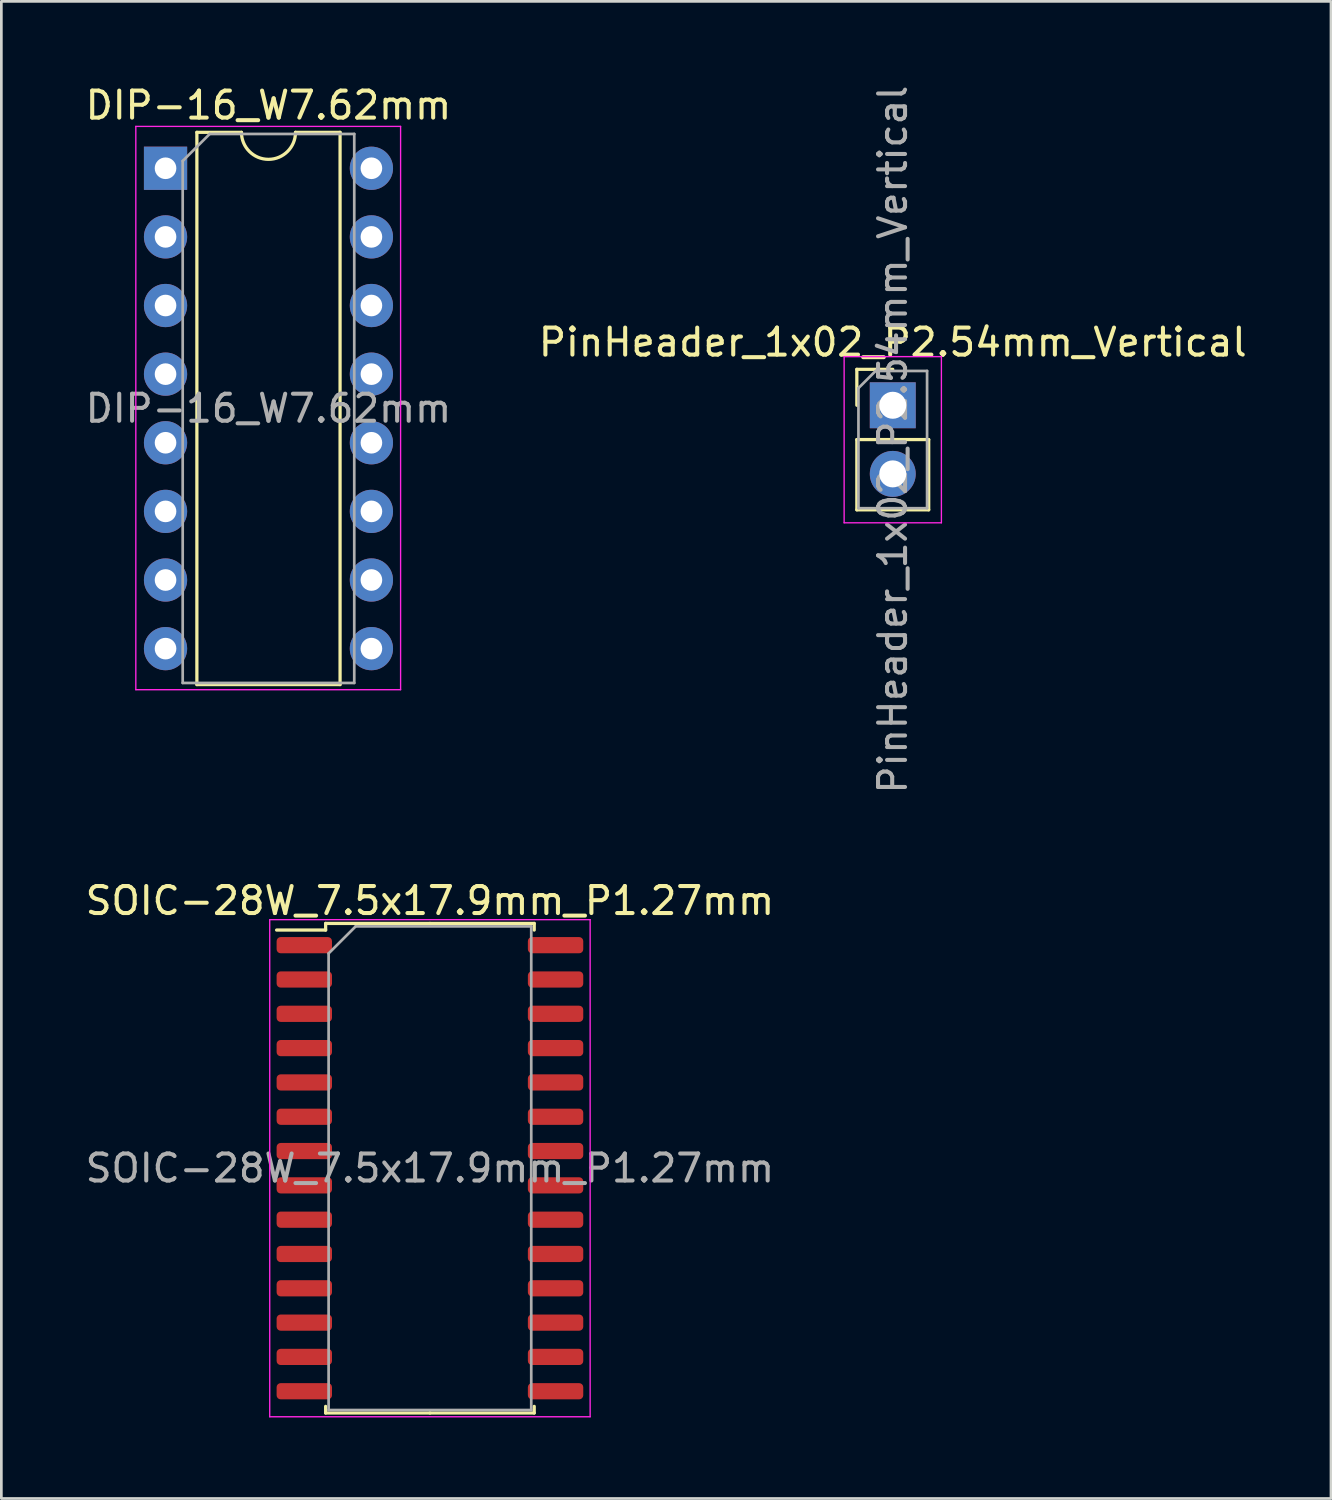
<source format=kicad_pcb>
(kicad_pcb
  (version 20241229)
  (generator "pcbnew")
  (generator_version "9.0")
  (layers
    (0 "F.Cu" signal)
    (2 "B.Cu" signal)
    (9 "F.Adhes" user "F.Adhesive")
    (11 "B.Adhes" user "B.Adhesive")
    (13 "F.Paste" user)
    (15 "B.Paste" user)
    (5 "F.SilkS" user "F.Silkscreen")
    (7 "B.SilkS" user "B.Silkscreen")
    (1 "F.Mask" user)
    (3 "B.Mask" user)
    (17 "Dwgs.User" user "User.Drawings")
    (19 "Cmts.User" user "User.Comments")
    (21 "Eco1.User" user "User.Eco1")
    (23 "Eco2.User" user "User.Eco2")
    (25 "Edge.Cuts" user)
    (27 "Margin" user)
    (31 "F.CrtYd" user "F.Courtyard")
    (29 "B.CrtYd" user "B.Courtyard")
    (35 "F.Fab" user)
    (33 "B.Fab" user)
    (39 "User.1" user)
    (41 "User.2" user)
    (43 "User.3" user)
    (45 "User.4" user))
  (footprint "SOIC-28W_7.5x17.9mm_P1.27mm"
    (layer "F.Cu")
    (at 12.863 40.189)
    (property "Reference" "SOIC-28W_7.5x17.9mm_P1.27mm" (at 0 -9.9 0) (layer "F.SilkS") (effects (font (size 1 1) (thickness 0.15))))
    (attr smd)
    (fp_line (start -3.86 -9.06) (end -3.86 -8.815) (stroke (width 0.12) (type solid)) (layer "F.SilkS"))
    (fp_line (start -3.86 -8.815) (end -5.675 -8.815) (stroke (width 0.12) (type solid)) (layer "F.SilkS"))
    (fp_line (start -3.86 9.06) (end -3.86 8.815) (stroke (width 0.12) (type solid)) (layer "F.SilkS"))
    (fp_line (start 0 -9.06) (end -3.86 -9.06) (stroke (width 0.12) (type solid)) (layer "F.SilkS"))
    (fp_line (start 0 -9.06) (end 3.86 -9.06) (stroke (width 0.12) (type solid)) (layer "F.SilkS"))
    (fp_line (start 0 9.06) (end -3.86 9.06) (stroke (width 0.12) (type solid)) (layer "F.SilkS"))
    (fp_line (start 0 9.06) (end 3.86 9.06) (stroke (width 0.12) (type solid)) (layer "F.SilkS"))
    (fp_line (start 3.86 -9.06) (end 3.86 -8.815) (stroke (width 0.12) (type solid)) (layer "F.SilkS"))
    (fp_line (start 3.86 9.06) (end 3.86 8.815) (stroke (width 0.12) (type solid)) (layer "F.SilkS"))
    (fp_line (start -5.93 -9.2) (end -5.93 9.2) (stroke (width 0.05) (type solid)) (layer "F.CrtYd"))
    (fp_line (start -5.93 9.2) (end 5.93 9.2) (stroke (width 0.05) (type solid)) (layer "F.CrtYd"))
    (fp_line (start 5.93 -9.2) (end -5.93 -9.2) (stroke (width 0.05) (type solid)) (layer "F.CrtYd"))
    (fp_line (start 5.93 9.2) (end 5.93 -9.2) (stroke (width 0.05) (type solid)) (layer "F.CrtYd"))
    (fp_line (start -3.75 -7.95) (end -2.75 -8.95) (stroke (width 0.1) (type solid)) (layer "F.Fab"))
    (fp_line (start -3.75 8.95) (end -3.75 -7.95) (stroke (width 0.1) (type solid)) (layer "F.Fab"))
    (fp_line (start -2.75 -8.95) (end 3.75 -8.95) (stroke (width 0.1) (type solid)) (layer "F.Fab"))
    (fp_line (start 3.75 -8.95) (end 3.75 8.95) (stroke (width 0.1) (type solid)) (layer "F.Fab"))
    (fp_line (start 3.75 8.95) (end -3.75 8.95) (stroke (width 0.1) (type solid)) (layer "F.Fab"))
    (fp_text user "${REFERENCE}" (at 0 0 0) (layer "F.Fab") (effects (font (size 1 1) (thickness 0.15))))
    (pad "1" smd roundrect (at -4.65 -8.255) (size 2.05 0.6) (layers "F.Cu" "F.Mask" "F.Paste") (roundrect_rratio 0.25))
    (pad "2" smd roundrect (at -4.65 -6.985) (size 2.05 0.6) (layers "F.Cu" "F.Mask" "F.Paste") (roundrect_rratio 0.25))
    (pad "3" smd roundrect (at -4.65 -5.715) (size 2.05 0.6) (layers "F.Cu" "F.Mask" "F.Paste") (roundrect_rratio 0.25))
    (pad "4" smd roundrect (at -4.65 -4.445) (size 2.05 0.6) (layers "F.Cu" "F.Mask" "F.Paste") (roundrect_rratio 0.25))
    (pad "5" smd roundrect (at -4.65 -3.175) (size 2.05 0.6) (layers "F.Cu" "F.Mask" "F.Paste") (roundrect_rratio 0.25))
    (pad "6" smd roundrect (at -4.65 -1.905) (size 2.05 0.6) (layers "F.Cu" "F.Mask" "F.Paste") (roundrect_rratio 0.25))
    (pad "7" smd roundrect (at -4.65 -0.635) (size 2.05 0.6) (layers "F.Cu" "F.Mask" "F.Paste") (roundrect_rratio 0.25))
    (pad "8" smd roundrect (at -4.65 0.635) (size 2.05 0.6) (layers "F.Cu" "F.Mask" "F.Paste") (roundrect_rratio 0.25))
    (pad "9" smd roundrect (at -4.65 1.905) (size 2.05 0.6) (layers "F.Cu" "F.Mask" "F.Paste") (roundrect_rratio 0.25))
    (pad "10" smd roundrect (at -4.65 3.175) (size 2.05 0.6) (layers "F.Cu" "F.Mask" "F.Paste") (roundrect_rratio 0.25))
    (pad "11" smd roundrect (at -4.65 4.445) (size 2.05 0.6) (layers "F.Cu" "F.Mask" "F.Paste") (roundrect_rratio 0.25))
    (pad "12" smd roundrect (at -4.65 5.715) (size 2.05 0.6) (layers "F.Cu" "F.Mask" "F.Paste") (roundrect_rratio 0.25))
    (pad "13" smd roundrect (at -4.65 6.985) (size 2.05 0.6) (layers "F.Cu" "F.Mask" "F.Paste") (roundrect_rratio 0.25))
    (pad "14" smd roundrect (at -4.65 8.255) (size 2.05 0.6) (layers "F.Cu" "F.Mask" "F.Paste") (roundrect_rratio 0.25))
    (pad "15" smd roundrect (at 4.65 8.255) (size 2.05 0.6) (layers "F.Cu" "F.Mask" "F.Paste") (roundrect_rratio 0.25))
    (pad "16" smd roundrect (at 4.65 6.985) (size 2.05 0.6) (layers "F.Cu" "F.Mask" "F.Paste") (roundrect_rratio 0.25))
    (pad "17" smd roundrect (at 4.65 5.715) (size 2.05 0.6) (layers "F.Cu" "F.Mask" "F.Paste") (roundrect_rratio 0.25))
    (pad "18" smd roundrect (at 4.65 4.445) (size 2.05 0.6) (layers "F.Cu" "F.Mask" "F.Paste") (roundrect_rratio 0.25))
    (pad "19" smd roundrect (at 4.65 3.175) (size 2.05 0.6) (layers "F.Cu" "F.Mask" "F.Paste") (roundrect_rratio 0.25))
    (pad "20" smd roundrect (at 4.65 1.905) (size 2.05 0.6) (layers "F.Cu" "F.Mask" "F.Paste") (roundrect_rratio 0.25))
    (pad "21" smd roundrect (at 4.65 0.635) (size 2.05 0.6) (layers "F.Cu" "F.Mask" "F.Paste") (roundrect_rratio 0.25))
    (pad "22" smd roundrect (at 4.65 -0.635) (size 2.05 0.6) (layers "F.Cu" "F.Mask" "F.Paste") (roundrect_rratio 0.25))
    (pad "23" smd roundrect (at 4.65 -1.905) (size 2.05 0.6) (layers "F.Cu" "F.Mask" "F.Paste") (roundrect_rratio 0.25))
    (pad "24" smd roundrect (at 4.65 -3.175) (size 2.05 0.6) (layers "F.Cu" "F.Mask" "F.Paste") (roundrect_rratio 0.25))
    (pad "25" smd roundrect (at 4.65 -4.445) (size 2.05 0.6) (layers "F.Cu" "F.Mask" "F.Paste") (roundrect_rratio 0.25))
    (pad "26" smd roundrect (at 4.65 -5.715) (size 2.05 0.6) (layers "F.Cu" "F.Mask" "F.Paste") (roundrect_rratio 0.25))
    (pad "27" smd roundrect (at 4.65 -6.985) (size 2.05 0.6) (layers "F.Cu" "F.Mask" "F.Paste") (roundrect_rratio 0.25))
    (pad "28" smd roundrect (at 4.65 -8.255) (size 2.05 0.6) (layers "F.Cu" "F.Mask" "F.Paste") (roundrect_rratio 0.25)))
  (footprint "PinHeader_1x02_P2.54mm_Vertical"
    (layer "F.Cu")
    (at 29.994 11.95)
    (property "Reference" "PinHeader_1x02_P2.54mm_Vertical" (at 0 -2.33 180) (layer "F.SilkS") (effects (font (size 1 1) (thickness 0.15))))
    (attr through_hole)
    (fp_line (start -1.33 -1.33) (end 0 -1.33) (stroke (width 0.12) (type solid)) (layer "F.SilkS"))
    (fp_line (start -1.33 0) (end -1.33 -1.33) (stroke (width 0.12) (type solid)) (layer "F.SilkS"))
    (fp_line (start -1.33 1.27) (end -1.33 3.87) (stroke (width 0.12) (type solid)) (layer "F.SilkS"))
    (fp_line (start -1.33 1.27) (end 1.33 1.27) (stroke (width 0.12) (type solid)) (layer "F.SilkS"))
    (fp_line (start -1.33 3.87) (end 1.33 3.87) (stroke (width 0.12) (type solid)) (layer "F.SilkS"))
    (fp_line (start 1.33 1.27) (end 1.33 3.87) (stroke (width 0.12) (type solid)) (layer "F.SilkS"))
    (fp_line (start -1.8 -1.8) (end -1.8 4.35) (stroke (width 0.05) (type solid)) (layer "F.CrtYd"))
    (fp_line (start -1.8 4.35) (end 1.8 4.35) (stroke (width 0.05) (type solid)) (layer "F.CrtYd"))
    (fp_line (start 1.8 -1.8) (end -1.8 -1.8) (stroke (width 0.05) (type solid)) (layer "F.CrtYd"))
    (fp_line (start 1.8 4.35) (end 1.8 -1.8) (stroke (width 0.05) (type solid)) (layer "F.CrtYd"))
    (fp_line (start -1.27 -0.635) (end -0.635 -1.27) (stroke (width 0.1) (type solid)) (layer "F.Fab"))
    (fp_line (start -1.27 3.81) (end -1.27 -0.635) (stroke (width 0.1) (type solid)) (layer "F.Fab"))
    (fp_line (start -0.635 -1.27) (end 1.27 -1.27) (stroke (width 0.1) (type solid)) (layer "F.Fab"))
    (fp_line (start 1.27 -1.27) (end 1.27 3.81) (stroke (width 0.1) (type solid)) (layer "F.Fab"))
    (fp_line (start 1.27 3.81) (end -1.27 3.81) (stroke (width 0.1) (type solid)) (layer "F.Fab"))
    (fp_text user "${REFERENCE}" (at 0 1.27 270) (layer "F.Fab") (effects (font (size 1 1) (thickness 0.15))))
    (pad "1" thru_hole rect (at 0 0) (size 1.7 1.7) (drill 1) (layers "*.Cu" "*.Mask"))
    (pad "2" thru_hole oval (at 0 2.54) (size 1.7 1.7) (drill 1) (layers "*.Cu" "*.Mask")))
  (footprint "DIP-16_W7.62mm"
    (layer "F.Cu")
    (at 3.077 3.178)
    (property "Reference" "DIP-16_W7.62mm" (at 3.81 -2.33 0) (layer "F.SilkS") (effects (font (size 1 1) (thickness 0.15))))
    (attr through_hole)
    (fp_line (start 1.16 -1.33) (end 1.16 19.11) (stroke (width 0.12) (type solid)) (layer "F.SilkS"))
    (fp_line (start 1.16 19.11) (end 6.46 19.11) (stroke (width 0.12) (type solid)) (layer "F.SilkS"))
    (fp_line (start 2.81 -1.33) (end 1.16 -1.33) (stroke (width 0.12) (type solid)) (layer "F.SilkS"))
    (fp_line (start 6.46 -1.33) (end 4.81 -1.33) (stroke (width 0.12) (type solid)) (layer "F.SilkS"))
    (fp_line (start 6.46 19.11) (end 6.46 -1.33) (stroke (width 0.12) (type solid)) (layer "F.SilkS"))
    (fp_arc (start 4.81 -1.33) (mid 3.81 -0.33) (end 2.81 -1.33) (stroke (width 0.12) (type solid)) (layer "F.SilkS"))
    (fp_line (start -1.1 -1.55) (end -1.1 19.3) (stroke (width 0.05) (type solid)) (layer "F.CrtYd"))
    (fp_line (start -1.1 19.3) (end 8.7 19.3) (stroke (width 0.05) (type solid)) (layer "F.CrtYd"))
    (fp_line (start 8.7 -1.55) (end -1.1 -1.55) (stroke (width 0.05) (type solid)) (layer "F.CrtYd"))
    (fp_line (start 8.7 19.3) (end 8.7 -1.55) (stroke (width 0.05) (type solid)) (layer "F.CrtYd"))
    (fp_line (start 0.635 -0.27) (end 1.635 -1.27) (stroke (width 0.1) (type solid)) (layer "F.Fab"))
    (fp_line (start 0.635 19.05) (end 0.635 -0.27) (stroke (width 0.1) (type solid)) (layer "F.Fab"))
    (fp_line (start 1.635 -1.27) (end 6.985 -1.27) (stroke (width 0.1) (type solid)) (layer "F.Fab"))
    (fp_line (start 6.985 -1.27) (end 6.985 19.05) (stroke (width 0.1) (type solid)) (layer "F.Fab"))
    (fp_line (start 6.985 19.05) (end 0.635 19.05) (stroke (width 0.1) (type solid)) (layer "F.Fab"))
    (fp_text user "${REFERENCE}" (at 3.81 8.89 0) (layer "F.Fab") (effects (font (size 1 1) (thickness 0.15))))
    (pad "1" thru_hole rect (at 0 0) (size 1.6 1.6) (drill 0.8) (layers "*.Cu" "*.Mask"))
    (pad "2" thru_hole oval (at 0 2.54) (size 1.6 1.6) (drill 0.8) (layers "*.Cu" "*.Mask"))
    (pad "3" thru_hole oval (at 0 5.08) (size 1.6 1.6) (drill 0.8) (layers "*.Cu" "*.Mask"))
    (pad "4" thru_hole oval (at 0 7.62) (size 1.6 1.6) (drill 0.8) (layers "*.Cu" "*.Mask"))
    (pad "5" thru_hole oval (at 0 10.16) (size 1.6 1.6) (drill 0.8) (layers "*.Cu" "*.Mask"))
    (pad "6" thru_hole oval (at 0 12.7) (size 1.6 1.6) (drill 0.8) (layers "*.Cu" "*.Mask"))
    (pad "7" thru_hole oval (at 0 15.24) (size 1.6 1.6) (drill 0.8) (layers "*.Cu" "*.Mask"))
    (pad "8" thru_hole oval (at 0 17.78) (size 1.6 1.6) (drill 0.8) (layers "*.Cu" "*.Mask"))
    (pad "9" thru_hole oval (at 7.62 17.78) (size 1.6 1.6) (drill 0.8) (layers "*.Cu" "*.Mask"))
    (pad "10" thru_hole oval (at 7.62 15.24) (size 1.6 1.6) (drill 0.8) (layers "*.Cu" "*.Mask"))
    (pad "11" thru_hole oval (at 7.62 12.7) (size 1.6 1.6) (drill 0.8) (layers "*.Cu" "*.Mask"))
    (pad "12" thru_hole oval (at 7.62 10.16) (size 1.6 1.6) (drill 0.8) (layers "*.Cu" "*.Mask"))
    (pad "13" thru_hole oval (at 7.62 7.62) (size 1.6 1.6) (drill 0.8) (layers "*.Cu" "*.Mask"))
    (pad "14" thru_hole oval (at 7.62 5.08) (size 1.6 1.6) (drill 0.8) (layers "*.Cu" "*.Mask"))
    (pad "15" thru_hole oval (at 7.62 2.54) (size 1.6 1.6) (drill 0.8) (layers "*.Cu" "*.Mask"))
    (pad "16" thru_hole oval (at 7.62 0) (size 1.6 1.6) (drill 0.8) (layers "*.Cu" "*.Mask")))
  (gr_rect
    (start -3 -3)
    (end 46.214 52.414)
    (stroke (width 0.1) (type default))
    (fill no)
    (layer "Edge.Cuts")))
</source>
